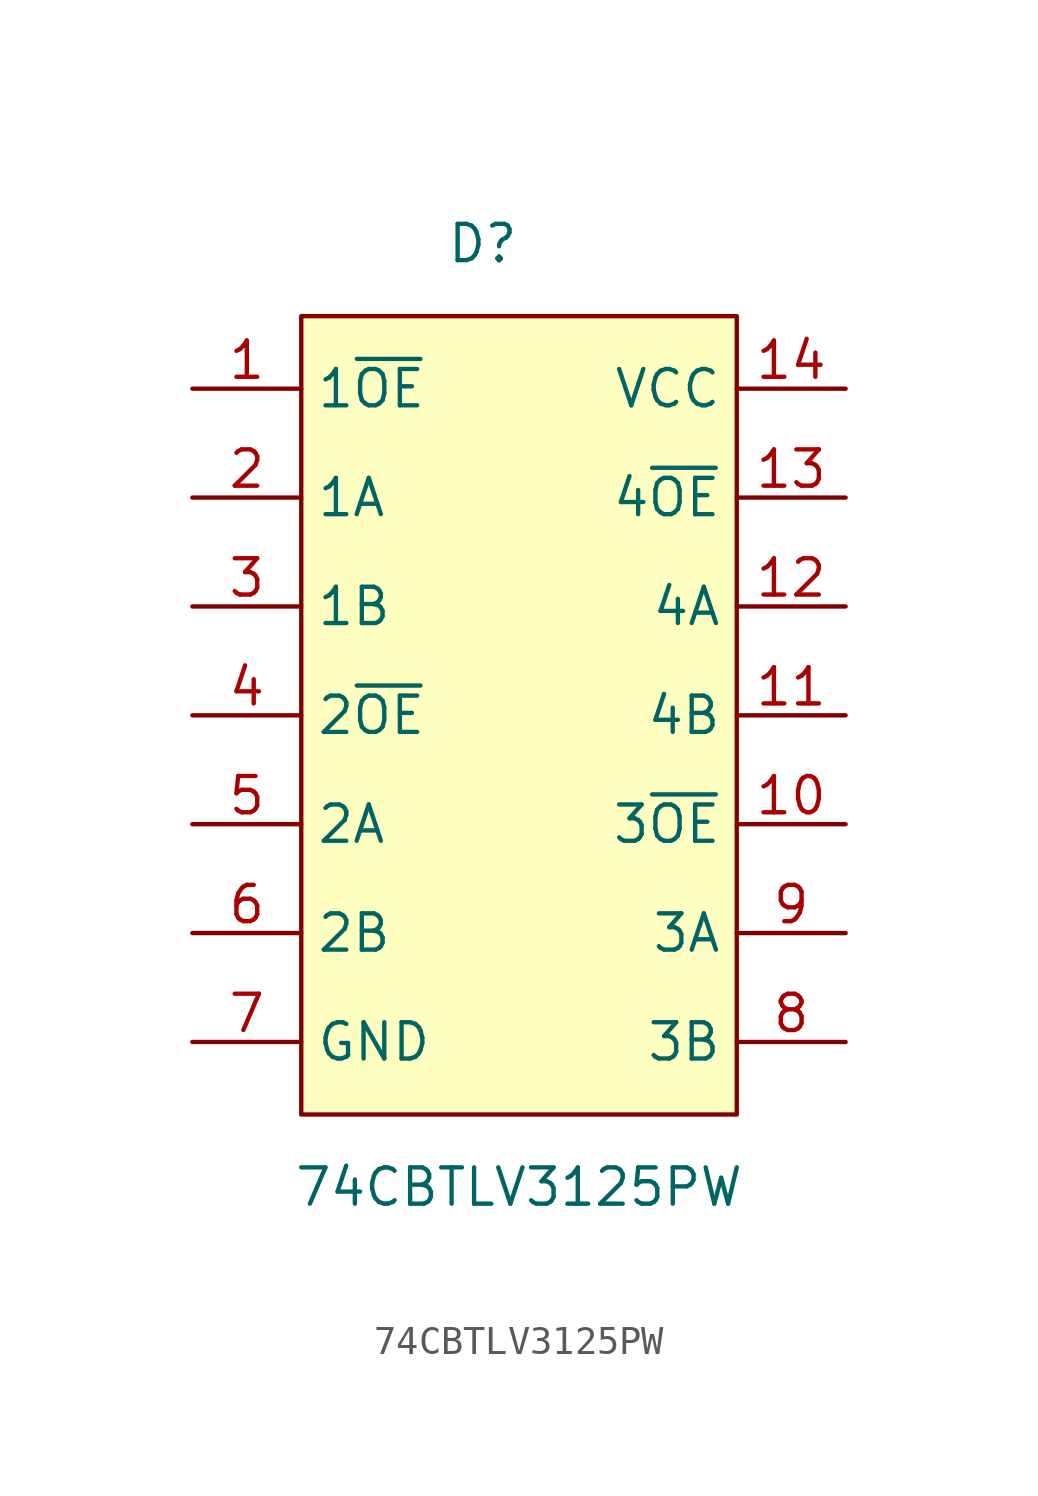
<source format=kicad_sym>
(kicad_symbol_lib
  (version 20220914)
  (generator kicad_symbol_editor)
  (symbol "74CBTLV3125PW"
    (property "Reference" "D"
      (at -1.27 16.51 0)
      (effects (font (size 1.27 1.27))))
    (property "Value" "74CBTLV3125PW"
      (at 0 -16.51 0)
      (effects (font (size 1.27 1.27))))
    (symbol "74CBTLV3125PW_1_1"
      (rectangle (start -7.62 13.97) (end 7.62 -13.97) (stroke (width 0) (type default)) (fill (type background)))
      (pin passive line (at -11.43 11.43 0) (length 3.81) (name "1~{OE}" (effects (font (size 1.27 1.27)))) (number "1" (effects (font (size 1.27 1.27)))))
      (pin passive line (at 11.43 -3.81 180) (length 3.81) (name "3~{OE}" (effects (font (size 1.27 1.27)))) (number "10" (effects (font (size 1.27 1.27)))))
      (pin passive line (at 11.43 0 180) (length 3.81) (name "4B" (effects (font (size 1.27 1.27)))) (number "11" (effects (font (size 1.27 1.27)))))
      (pin passive line (at 11.43 3.81 180) (length 3.81) (name "4A" (effects (font (size 1.27 1.27)))) (number "12" (effects (font (size 1.27 1.27)))))
      (pin passive line (at 11.43 7.62 180) (length 3.81) (name "4~{OE}" (effects (font (size 1.27 1.27)))) (number "13" (effects (font (size 1.27 1.27)))))
      (pin power_in line (at 11.43 11.43 180) (length 3.81) (name "VCC" (effects (font (size 1.27 1.27)))) (number "14" (effects (font (size 1.27 1.27)))))
      (pin passive line (at -11.43 7.62 0) (length 3.81) (name "1A" (effects (font (size 1.27 1.27)))) (number "2" (effects (font (size 1.27 1.27)))))
      (pin passive line (at -11.43 3.81 0) (length 3.81) (name "1B" (effects (font (size 1.27 1.27)))) (number "3" (effects (font (size 1.27 1.27)))))
      (pin passive line (at -11.43 0 0) (length 3.81) (name "2~{OE}" (effects (font (size 1.27 1.27)))) (number "4" (effects (font (size 1.27 1.27)))))
      (pin passive line (at -11.43 -3.81 0) (length 3.81) (name "2A" (effects (font (size 1.27 1.27)))) (number "5" (effects (font (size 1.27 1.27)))))
      (pin passive line (at -11.43 -7.62 0) (length 3.81) (name "2B" (effects (font (size 1.27 1.27)))) (number "6" (effects (font (size 1.27 1.27)))))
      (pin power_in line (at -11.43 -11.43 0) (length 3.81) (name "GND" (effects (font (size 1.27 1.27)))) (number "7" (effects (font (size 1.27 1.27)))))
      (pin passive line (at 11.43 -11.43 180) (length 3.81) (name "3B" (effects (font (size 1.27 1.27)))) (number "8" (effects (font (size 1.27 1.27)))))
      (pin passive line (at 11.43 -7.62 180) (length 3.81) (name "3A" (effects (font (size 1.27 1.27)))) (number "9" (effects (font (size 1.27 1.27))))))))
</source>
